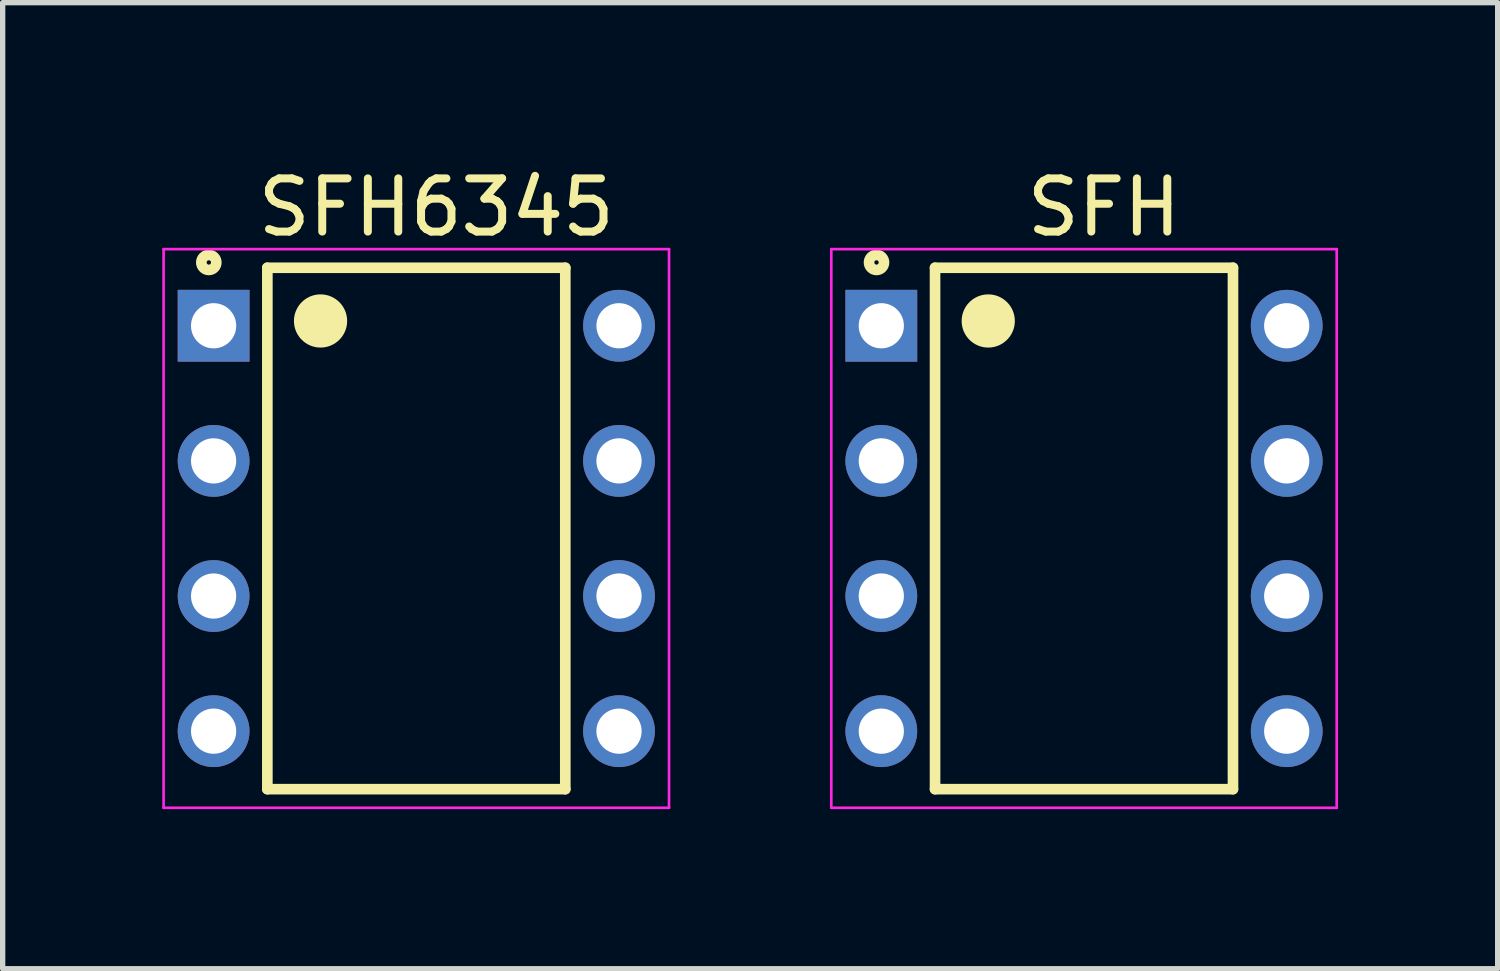
<source format=kicad_pcb>
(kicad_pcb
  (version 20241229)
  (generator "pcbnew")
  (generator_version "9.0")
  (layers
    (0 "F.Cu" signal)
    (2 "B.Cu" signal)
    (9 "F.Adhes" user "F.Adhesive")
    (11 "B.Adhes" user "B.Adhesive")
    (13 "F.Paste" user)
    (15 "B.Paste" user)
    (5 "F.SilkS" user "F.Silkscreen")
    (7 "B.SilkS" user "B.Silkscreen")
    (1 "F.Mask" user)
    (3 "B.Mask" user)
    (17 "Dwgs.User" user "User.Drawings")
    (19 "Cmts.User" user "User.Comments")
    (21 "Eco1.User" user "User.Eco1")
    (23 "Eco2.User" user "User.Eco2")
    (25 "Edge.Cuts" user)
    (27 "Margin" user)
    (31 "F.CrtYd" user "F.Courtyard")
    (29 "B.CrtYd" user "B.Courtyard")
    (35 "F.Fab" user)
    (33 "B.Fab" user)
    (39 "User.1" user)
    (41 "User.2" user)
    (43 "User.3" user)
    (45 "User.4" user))
  (footprint "SFH6345"
    (layer "F.Cu")
    (at 4.775 6.883)
    (property "Reference" "SFH6345" (at 0.375 -6.035 0) (layer "F.SilkS") (effects (font (size 1 1) (thickness 0.15))))
    (attr through_hole)
    (fp_line (start -2.8 -4.9) (end 2.8 -4.9) (stroke (width 0.2) (type solid)) (layer "F.SilkS"))
    (fp_line (start -2.8 4.9) (end -2.8 -4.9) (stroke (width 0.2) (type solid)) (layer "F.SilkS"))
    (fp_line (start 2.8 -4.9) (end 2.8 4.9) (stroke (width 0.2) (type solid)) (layer "F.SilkS"))
    (fp_line (start 2.8 4.9) (end -2.8 4.9) (stroke (width 0.2) (type solid)) (layer "F.SilkS"))
    (fp_circle (center -3.9 -5) (end -3.759 -5) (stroke (width 0.2) (type solid)) (fill no) (layer "F.SilkS"))
    (fp_circle (center -1.9 -3.9) (end -1.759 -3.9) (stroke (width 0.2) (type solid)) (fill no) (layer "F.SilkS"))
    (fp_circle (center -1.8 -3.9) (end -1.576 -3.9) (stroke (width 0.2) (type solid)) (fill no) (layer "F.SilkS"))
    (fp_circle (center -1.8 -3.9) (end -1.4 -3.9) (stroke (width 0.2) (type solid)) (fill no) (layer "F.SilkS"))
    (fp_circle (center -1.7 -3.9) (end -1.5 -3.9) (stroke (width 0.2) (type solid)) (fill no) (layer "F.SilkS"))
    (fp_line (start -4.75 -5.25) (end 4.75 -5.25) (stroke (width 0.05) (type solid)) (layer "F.CrtYd"))
    (fp_line (start -4.75 5.25) (end -4.75 -5.25) (stroke (width 0.05) (type solid)) (layer "F.CrtYd"))
    (fp_line (start 4.75 -5.25) (end 4.75 5.25) (stroke (width 0.05) (type solid)) (layer "F.CrtYd"))
    (fp_line (start 4.75 5.25) (end -4.75 5.25) (stroke (width 0.05) (type solid)) (layer "F.CrtYd"))
    (pad "1" thru_hole rect (at -3.81 -3.81) (size 1.35 1.35) (drill 0.85) (layers "*.Cu" "*.Mask"))
    (pad "2" thru_hole circle (at -3.81 -1.27) (size 1.35 1.35) (drill 0.85) (layers "*.Cu" "*.Mask"))
    (pad "3" thru_hole circle (at -3.81 1.27) (size 1.35 1.35) (drill 0.85) (layers "*.Cu" "*.Mask"))
    (pad "4" thru_hole circle (at -3.81 3.81) (size 1.35 1.35) (drill 0.85) (layers "*.Cu" "*.Mask"))
    (pad "5" thru_hole circle (at 3.81 3.81) (size 1.35 1.35) (drill 0.85) (layers "*.Cu" "*.Mask"))
    (pad "6" thru_hole circle (at 3.81 1.27) (size 1.35 1.35) (drill 0.85) (layers "*.Cu" "*.Mask"))
    (pad "7" thru_hole circle (at 3.81 -1.27) (size 1.35 1.35) (drill 0.85) (layers "*.Cu" "*.Mask"))
    (pad "8" thru_hole circle (at 3.81 -3.81) (size 1.35 1.35) (drill 0.85) (layers "*.Cu" "*.Mask")))
  (footprint "SFH"
    (layer "F.Cu")
    (at 17.325 6.883)
    (property "Reference" "SFH" (at 0.375 -6.035 0) (layer "F.SilkS") (effects (font (size 1 1) (thickness 0.15))))
    (attr through_hole)
    (fp_line (start -2.8 -4.9) (end 2.8 -4.9) (stroke (width 0.2) (type solid)) (layer "F.SilkS"))
    (fp_line (start -2.8 4.9) (end -2.8 -4.9) (stroke (width 0.2) (type solid)) (layer "F.SilkS"))
    (fp_line (start 2.8 -4.9) (end 2.8 4.9) (stroke (width 0.2) (type solid)) (layer "F.SilkS"))
    (fp_line (start 2.8 4.9) (end -2.8 4.9) (stroke (width 0.2) (type solid)) (layer "F.SilkS"))
    (fp_circle (center -3.9 -5) (end -3.759 -5) (stroke (width 0.2) (type solid)) (fill no) (layer "F.SilkS"))
    (fp_circle (center -1.9 -3.9) (end -1.759 -3.9) (stroke (width 0.2) (type solid)) (fill no) (layer "F.SilkS"))
    (fp_circle (center -1.8 -3.9) (end -1.576 -3.9) (stroke (width 0.2) (type solid)) (fill no) (layer "F.SilkS"))
    (fp_circle (center -1.8 -3.9) (end -1.4 -3.9) (stroke (width 0.2) (type solid)) (fill no) (layer "F.SilkS"))
    (fp_circle (center -1.7 -3.9) (end -1.5 -3.9) (stroke (width 0.2) (type solid)) (fill no) (layer "F.SilkS"))
    (fp_line (start -4.75 -5.25) (end 4.75 -5.25) (stroke (width 0.05) (type solid)) (layer "F.CrtYd"))
    (fp_line (start -4.75 5.25) (end -4.75 -5.25) (stroke (width 0.05) (type solid)) (layer "F.CrtYd"))
    (fp_line (start 4.75 -5.25) (end 4.75 5.25) (stroke (width 0.05) (type solid)) (layer "F.CrtYd"))
    (fp_line (start 4.75 5.25) (end -4.75 5.25) (stroke (width 0.05) (type solid)) (layer "F.CrtYd"))
    (pad "1" thru_hole rect (at -3.81 -3.81) (size 1.35 1.35) (drill 0.85) (layers "*.Cu" "*.Mask"))
    (pad "2" thru_hole circle (at -3.81 -1.27) (size 1.35 1.35) (drill 0.85) (layers "*.Cu" "*.Mask"))
    (pad "3" thru_hole circle (at -3.81 1.27) (size 1.35 1.35) (drill 0.85) (layers "*.Cu" "*.Mask"))
    (pad "4" thru_hole circle (at -3.81 3.81) (size 1.35 1.35) (drill 0.85) (layers "*.Cu" "*.Mask"))
    (pad "5" thru_hole circle (at 3.81 3.81) (size 1.35 1.35) (drill 0.85) (layers "*.Cu" "*.Mask"))
    (pad "6" thru_hole circle (at 3.81 1.27) (size 1.35 1.35) (drill 0.85) (layers "*.Cu" "*.Mask"))
    (pad "7" thru_hole circle (at 3.81 -1.27) (size 1.35 1.35) (drill 0.85) (layers "*.Cu" "*.Mask"))
    (pad "8" thru_hole circle (at 3.81 -3.81) (size 1.35 1.35) (drill 0.85) (layers "*.Cu" "*.Mask")))
  (gr_rect
    (start -3 -3)
    (end 25.1 15.158)
    (stroke (width 0.1) (type default))
    (fill no)
    (layer "Edge.Cuts")))
</source>
